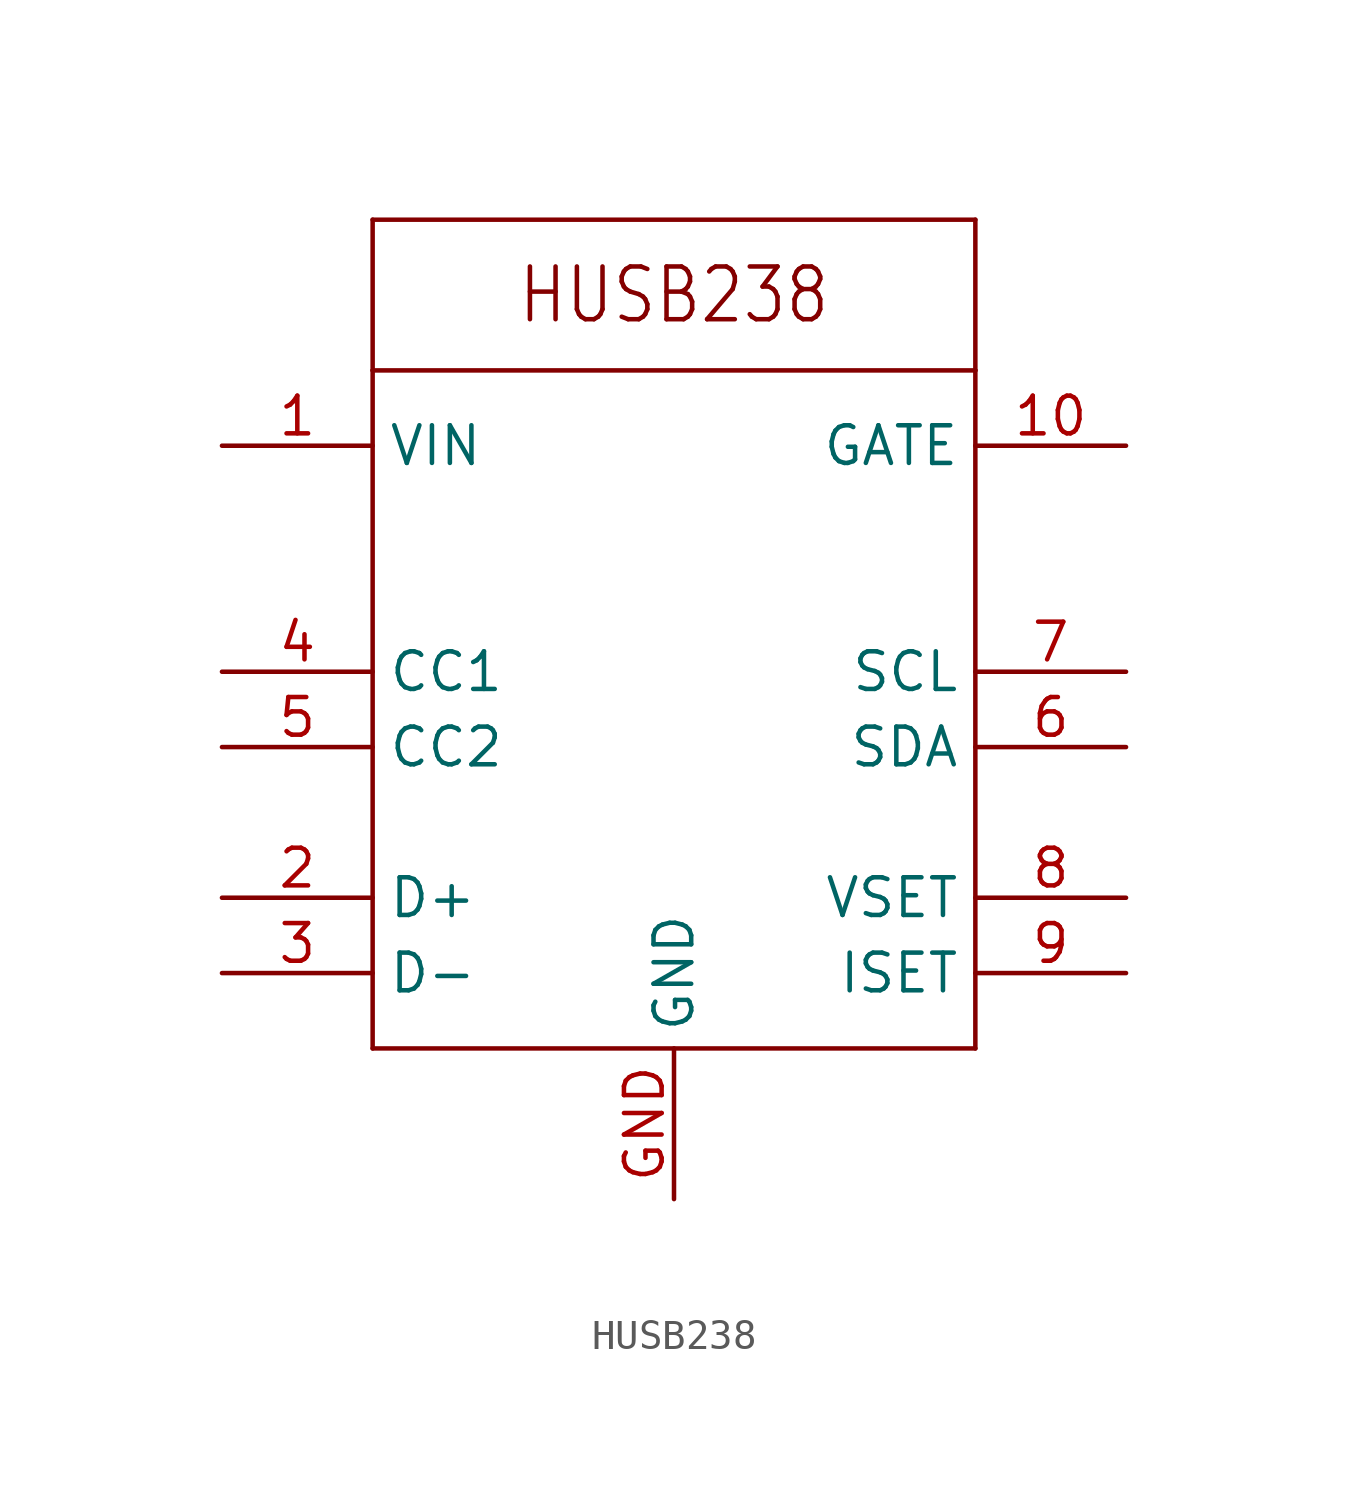
<source format=kicad_sym>
(kicad_symbol_lib
  (version 20231120)
  (generator "kicad_symbol_editor")
  (generator_version "8.0")
  (symbol "HUSB238"
    (property "Reference" "X"
      (at 0 0 0)
      (effects (font (size 1.27 1.27)) (hide yes)))
    (property "ki_locked" ""
      (at 0 0 0)
      (effects (font (size 1.27 1.27))))
    (symbol "HUSB238_1_0"
      (polyline (pts (xy -10.16 -10.16) (xy -10.16 12.7)) (stroke (width 0.152) (type solid)) (fill (type none)))
      (polyline (pts (xy -10.16 12.7) (xy -10.16 17.78)) (stroke (width 0.152) (type solid)) (fill (type none)))
      (polyline (pts (xy -10.16 12.7) (xy 10.16 12.7)) (stroke (width 0.152) (type solid)) (fill (type none)))
      (polyline (pts (xy -10.16 17.78) (xy 10.16 17.78)) (stroke (width 0.152) (type solid)) (fill (type none)))
      (polyline (pts (xy 10.16 -10.16) (xy -10.16 -10.16)) (stroke (width 0.152) (type solid)) (fill (type none)))
      (polyline (pts (xy 10.16 12.7) (xy 10.16 -10.16)) (stroke (width 0.152) (type solid)) (fill (type none)))
      (polyline (pts (xy 10.16 17.78) (xy 10.16 12.7)) (stroke (width 0.152) (type solid)) (fill (type none)))
      (text "HUSB238" (at 0 15.24 0) (effects (font (size 1.778 1.511))))
      (pin power_in line (at -15.24 10.16 0) (length 5.08) (name "VIN" (effects (font (size 1.27 1.27)))) (number "1" (effects (font (size 1.27 1.27)))))
      (pin output line (at 15.24 10.16 180) (length 5.08) (name "GATE" (effects (font (size 1.27 1.27)))) (number "10" (effects (font (size 1.27 1.27)))))
      (pin input line (at -15.24 -5.08 0) (length 5.08) (name "D+" (effects (font (size 1.27 1.27)))) (number "2" (effects (font (size 1.27 1.27)))))
      (pin input line (at -15.24 -7.62 0) (length 5.08) (name "D-" (effects (font (size 1.27 1.27)))) (number "3" (effects (font (size 1.27 1.27)))))
      (pin input line (at -15.24 2.54 0) (length 5.08) (name "CC1" (effects (font (size 1.27 1.27)))) (number "4" (effects (font (size 1.27 1.27)))))
      (pin input line (at -15.24 0 0) (length 5.08) (name "CC2" (effects (font (size 1.27 1.27)))) (number "5" (effects (font (size 1.27 1.27)))))
      (pin bidirectional line (at 15.24 0 180) (length 5.08) (name "SDA" (effects (font (size 1.27 1.27)))) (number "6" (effects (font (size 1.27 1.27)))))
      (pin bidirectional line (at 15.24 2.54 180) (length 5.08) (name "SCL" (effects (font (size 1.27 1.27)))) (number "7" (effects (font (size 1.27 1.27)))))
      (pin passive line (at 15.24 -5.08 180) (length 5.08) (name "VSET" (effects (font (size 1.27 1.27)))) (number "8" (effects (font (size 1.27 1.27)))))
      (pin passive line (at 15.24 -7.62 180) (length 5.08) (name "ISET" (effects (font (size 1.27 1.27)))) (number "9" (effects (font (size 1.27 1.27)))))
      (pin power_in line (at 0 -15.24 90) (length 5.08) (name "GND" (effects (font (size 1.27 1.27)))) (number "GND" (effects (font (size 1.27 1.27))))))))
</source>
